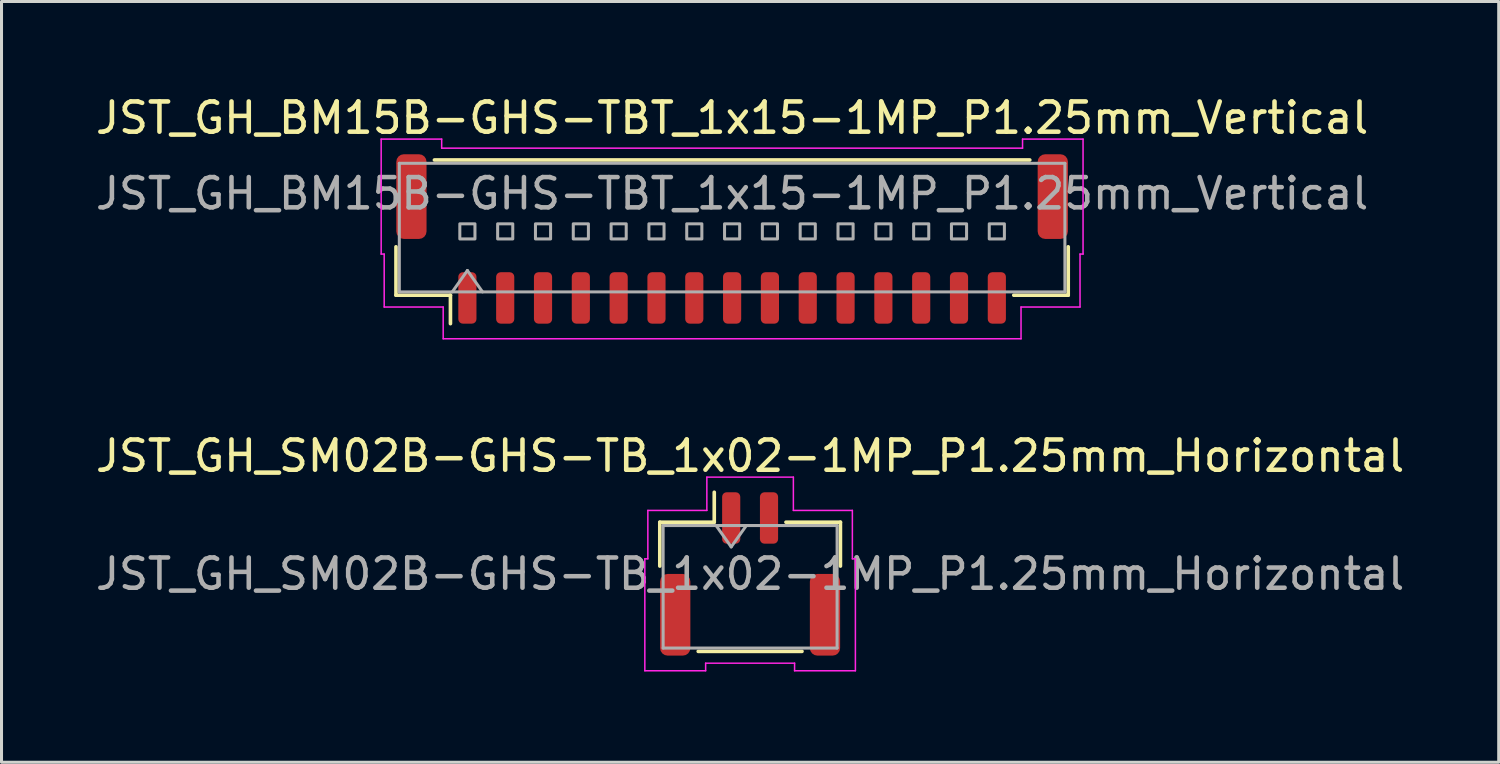
<source format=kicad_pcb>
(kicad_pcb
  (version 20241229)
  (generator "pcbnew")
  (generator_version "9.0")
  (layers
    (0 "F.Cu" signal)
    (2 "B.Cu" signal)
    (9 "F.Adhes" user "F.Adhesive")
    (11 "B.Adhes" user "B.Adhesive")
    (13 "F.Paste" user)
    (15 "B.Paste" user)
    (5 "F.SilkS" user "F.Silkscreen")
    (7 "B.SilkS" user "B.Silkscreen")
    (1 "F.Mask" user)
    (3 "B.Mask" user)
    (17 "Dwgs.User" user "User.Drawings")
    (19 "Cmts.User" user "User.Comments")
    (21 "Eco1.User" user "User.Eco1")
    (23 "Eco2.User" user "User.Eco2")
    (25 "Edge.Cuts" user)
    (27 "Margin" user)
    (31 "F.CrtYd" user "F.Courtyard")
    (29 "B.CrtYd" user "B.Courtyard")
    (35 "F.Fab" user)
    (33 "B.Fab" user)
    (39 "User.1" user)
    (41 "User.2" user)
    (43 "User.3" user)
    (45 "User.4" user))
  (footprint "JST_GH_SM02B-GHS-TB_1x02-1MP_P1.25mm_Horizontal"
    (layer "F.Cu")
    (at 21.744 15.921)
    (property "Reference" "JST_GH_SM02B-GHS-TB_1x02-1MP_P1.25mm_Horizontal" (at 0 -3.9 0) (layer "F.SilkS") (effects (font (size 1 1) (thickness 0.15))))
    (attr smd)
    (fp_line (start -2.985 -1.71) (end -1.185 -1.71) (stroke (width 0.12) (type solid)) (layer "F.SilkS"))
    (fp_line (start -2.985 -0.26) (end -2.985 -1.71) (stroke (width 0.12) (type solid)) (layer "F.SilkS"))
    (fp_line (start -1.715 2.56) (end 1.715 2.56) (stroke (width 0.12) (type solid)) (layer "F.SilkS"))
    (fp_line (start -1.185 -1.71) (end -1.185 -2.7) (stroke (width 0.12) (type solid)) (layer "F.SilkS"))
    (fp_line (start 2.985 -1.71) (end 1.185 -1.71) (stroke (width 0.12) (type solid)) (layer "F.SilkS"))
    (fp_line (start 2.985 -0.26) (end 2.985 -1.71) (stroke (width 0.12) (type solid)) (layer "F.SilkS"))
    (fp_line (start -3.48 -0.5) (end -3.38 -0.5) (stroke (width 0.05) (type solid)) (layer "F.CrtYd"))
    (fp_line (start -3.48 3.2) (end -3.48 -0.5) (stroke (width 0.05) (type solid)) (layer "F.CrtYd"))
    (fp_line (start -3.38 -2.1) (end -1.43 -2.1) (stroke (width 0.05) (type solid)) (layer "F.CrtYd"))
    (fp_line (start -3.38 -0.5) (end -3.38 -2.1) (stroke (width 0.05) (type solid)) (layer "F.CrtYd"))
    (fp_line (start -1.47 2.95) (end -1.47 3.2) (stroke (width 0.05) (type solid)) (layer "F.CrtYd"))
    (fp_line (start -1.47 3.2) (end -3.48 3.2) (stroke (width 0.05) (type solid)) (layer "F.CrtYd"))
    (fp_line (start -1.43 -3.2) (end 1.43 -3.2) (stroke (width 0.05) (type solid)) (layer "F.CrtYd"))
    (fp_line (start -1.43 -2.1) (end -1.43 -3.2) (stroke (width 0.05) (type solid)) (layer "F.CrtYd"))
    (fp_line (start 1.43 -3.2) (end 1.43 -2.1) (stroke (width 0.05) (type solid)) (layer "F.CrtYd"))
    (fp_line (start 1.43 -2.1) (end 3.38 -2.1) (stroke (width 0.05) (type solid)) (layer "F.CrtYd"))
    (fp_line (start 1.47 2.95) (end -1.47 2.95) (stroke (width 0.05) (type solid)) (layer "F.CrtYd"))
    (fp_line (start 1.47 3.2) (end 1.47 2.95) (stroke (width 0.05) (type solid)) (layer "F.CrtYd"))
    (fp_line (start 3.38 -2.1) (end 3.38 -0.5) (stroke (width 0.05) (type solid)) (layer "F.CrtYd"))
    (fp_line (start 3.38 -0.5) (end 3.48 -0.5) (stroke (width 0.05) (type solid)) (layer "F.CrtYd"))
    (fp_line (start 3.48 -0.5) (end 3.48 3.2) (stroke (width 0.05) (type solid)) (layer "F.CrtYd"))
    (fp_line (start 3.48 3.2) (end 1.47 3.2) (stroke (width 0.05) (type solid)) (layer "F.CrtYd"))
    (fp_line (start -2.875 -1.6) (end -2.875 2.45) (stroke (width 0.1) (type solid)) (layer "F.Fab"))
    (fp_line (start -2.875 -1.6) (end 2.875 -1.6) (stroke (width 0.1) (type solid)) (layer "F.Fab"))
    (fp_line (start -2.875 2.45) (end 2.875 2.45) (stroke (width 0.1) (type solid)) (layer "F.Fab"))
    (fp_line (start -1.125 -1.6) (end -0.625 -0.893) (stroke (width 0.1) (type solid)) (layer "F.Fab"))
    (fp_line (start -0.625 -0.893) (end -0.125 -1.6) (stroke (width 0.1) (type solid)) (layer "F.Fab"))
    (fp_line (start 2.875 -1.6) (end 2.875 2.45) (stroke (width 0.1) (type solid)) (layer "F.Fab"))
    (fp_text user "${REFERENCE}" (at 0 0 0) (layer "F.Fab") (effects (font (size 1 1) (thickness 0.15))))
    (pad "1" smd roundrect (at -0.625 -1.85) (size 0.6 1.7) (layers "F.Cu" "F.Mask" "F.Paste") (roundrect_rratio 0.25))
    (pad "2" smd roundrect (at 0.625 -1.85) (size 0.6 1.7) (layers "F.Cu" "F.Mask" "F.Paste") (roundrect_rratio 0.25))
    (pad "MP" smd roundrect (at -2.475 1.35) (size 1 2.7) (layers "F.Cu" "F.Mask" "F.Paste") (roundrect_rratio 0.25))
    (pad "MP" smd roundrect (at 2.475 1.35) (size 1 2.7) (layers "F.Cu" "F.Mask" "F.Paste") (roundrect_rratio 0.25)))
  (footprint "JST_GH_BM15B-GHS-TBT_1x15-1MP_P1.25mm_Vertical"
    (layer "F.Cu")
    (at 21.149 4.848)
    (property "Reference" "JST_GH_BM15B-GHS-TBT_1x15-1MP_P1.25mm_Vertical" (at 0 -4 0) (layer "F.SilkS") (effects (font (size 1 1) (thickness 0.15))))
    (attr smd)
    (fp_line (start -11.11 0.26) (end -11.11 1.86) (stroke (width 0.12) (type solid)) (layer "F.SilkS"))
    (fp_line (start -11.11 1.86) (end -9.31 1.86) (stroke (width 0.12) (type solid)) (layer "F.SilkS"))
    (fp_line (start -9.84 -2.61) (end 9.84 -2.61) (stroke (width 0.12) (type solid)) (layer "F.SilkS"))
    (fp_line (start -9.31 1.86) (end -9.31 2.8) (stroke (width 0.12) (type solid)) (layer "F.SilkS"))
    (fp_line (start 11.11 0.26) (end 11.11 1.86) (stroke (width 0.12) (type solid)) (layer "F.SilkS"))
    (fp_line (start 11.11 1.86) (end 9.31 1.86) (stroke (width 0.12) (type solid)) (layer "F.SilkS"))
    (fp_line (start -11.6 -3.3) (end -9.6 -3.3) (stroke (width 0.05) (type solid)) (layer "F.CrtYd"))
    (fp_line (start -11.6 0.5) (end -11.6 -3.3) (stroke (width 0.05) (type solid)) (layer "F.CrtYd"))
    (fp_line (start -11.5 0.5) (end -11.6 0.5) (stroke (width 0.05) (type solid)) (layer "F.CrtYd"))
    (fp_line (start -11.5 2.25) (end -11.5 0.5) (stroke (width 0.05) (type solid)) (layer "F.CrtYd"))
    (fp_line (start -9.6 -3.3) (end -9.6 -3) (stroke (width 0.05) (type solid)) (layer "F.CrtYd"))
    (fp_line (start -9.6 -3) (end 9.6 -3) (stroke (width 0.05) (type solid)) (layer "F.CrtYd"))
    (fp_line (start -9.55 2.25) (end -11.5 2.25) (stroke (width 0.05) (type solid)) (layer "F.CrtYd"))
    (fp_line (start -9.55 3.3) (end -9.55 2.25) (stroke (width 0.05) (type solid)) (layer "F.CrtYd"))
    (fp_line (start 9.55 2.25) (end 9.55 3.3) (stroke (width 0.05) (type solid)) (layer "F.CrtYd"))
    (fp_line (start 9.55 3.3) (end -9.55 3.3) (stroke (width 0.05) (type solid)) (layer "F.CrtYd"))
    (fp_line (start 9.6 -3.3) (end 11.6 -3.3) (stroke (width 0.05) (type solid)) (layer "F.CrtYd"))
    (fp_line (start 9.6 -3) (end 9.6 -3.3) (stroke (width 0.05) (type solid)) (layer "F.CrtYd"))
    (fp_line (start 11.5 0.5) (end 11.5 2.25) (stroke (width 0.05) (type solid)) (layer "F.CrtYd"))
    (fp_line (start 11.5 2.25) (end 9.55 2.25) (stroke (width 0.05) (type solid)) (layer "F.CrtYd"))
    (fp_line (start 11.6 -3.3) (end 11.6 0.5) (stroke (width 0.05) (type solid)) (layer "F.CrtYd"))
    (fp_line (start 11.6 0.5) (end 11.5 0.5) (stroke (width 0.05) (type solid)) (layer "F.CrtYd"))
    (fp_line (start -11 -2.5) (end 11 -2.5) (stroke (width 0.1) (type solid)) (layer "F.Fab"))
    (fp_line (start -11 1.75) (end -11 -2.5) (stroke (width 0.1) (type solid)) (layer "F.Fab"))
    (fp_line (start -11 1.75) (end 11 1.75) (stroke (width 0.1) (type solid)) (layer "F.Fab"))
    (fp_line (start -9.25 1.75) (end -8.75 1.043) (stroke (width 0.1) (type solid)) (layer "F.Fab"))
    (fp_line (start -8.75 1.043) (end -8.25 1.75) (stroke (width 0.1) (type solid)) (layer "F.Fab"))
    (fp_line (start 11 1.75) (end 11 -2.5) (stroke (width 0.1) (type solid)) (layer "F.Fab"))
    (fp_rect (start -9 -0.5) (end -8.5 0) (stroke (width 0.1) (type solid)) (fill no) (layer "F.Fab"))
    (fp_rect (start -7.75 -0.5) (end -7.25 0) (stroke (width 0.1) (type solid)) (fill no) (layer "F.Fab"))
    (fp_rect (start -6.5 -0.5) (end -6 0) (stroke (width 0.1) (type solid)) (fill no) (layer "F.Fab"))
    (fp_rect (start -5.25 -0.5) (end -4.75 0) (stroke (width 0.1) (type solid)) (fill no) (layer "F.Fab"))
    (fp_rect (start -4 -0.5) (end -3.5 0) (stroke (width 0.1) (type solid)) (fill no) (layer "F.Fab"))
    (fp_rect (start -2.75 -0.5) (end -2.25 0) (stroke (width 0.1) (type solid)) (fill no) (layer "F.Fab"))
    (fp_rect (start -1.5 -0.5) (end -1 0) (stroke (width 0.1) (type solid)) (fill no) (layer "F.Fab"))
    (fp_rect (start -0.25 -0.5) (end 0.25 0) (stroke (width 0.1) (type solid)) (fill no) (layer "F.Fab"))
    (fp_rect (start 1 -0.5) (end 1.5 0) (stroke (width 0.1) (type solid)) (fill no) (layer "F.Fab"))
    (fp_rect (start 2.25 -0.5) (end 2.75 0) (stroke (width 0.1) (type solid)) (fill no) (layer "F.Fab"))
    (fp_rect (start 3.5 -0.5) (end 4 0) (stroke (width 0.1) (type solid)) (fill no) (layer "F.Fab"))
    (fp_rect (start 4.75 -0.5) (end 5.25 0) (stroke (width 0.1) (type solid)) (fill no) (layer "F.Fab"))
    (fp_rect (start 6 -0.5) (end 6.5 0) (stroke (width 0.1) (type solid)) (fill no) (layer "F.Fab"))
    (fp_rect (start 7.25 -0.5) (end 7.75 0) (stroke (width 0.1) (type solid)) (fill no) (layer "F.Fab"))
    (fp_rect (start 8.5 -0.5) (end 9 0) (stroke (width 0.1) (type solid)) (fill no) (layer "F.Fab"))
    (fp_text user "${REFERENCE}" (at 0 -1.5 0) (layer "F.Fab") (effects (font (size 1 1) (thickness 0.15))))
    (pad "1" smd roundrect (at -8.75 1.95) (size 0.6 1.7) (layers "F.Cu" "F.Mask" "F.Paste") (roundrect_rratio 0.25))
    (pad "2" smd roundrect (at -7.5 1.95) (size 0.6 1.7) (layers "F.Cu" "F.Mask" "F.Paste") (roundrect_rratio 0.25))
    (pad "3" smd roundrect (at -6.25 1.95) (size 0.6 1.7) (layers "F.Cu" "F.Mask" "F.Paste") (roundrect_rratio 0.25))
    (pad "4" smd roundrect (at -5 1.95) (size 0.6 1.7) (layers "F.Cu" "F.Mask" "F.Paste") (roundrect_rratio 0.25))
    (pad "5" smd roundrect (at -3.75 1.95) (size 0.6 1.7) (layers "F.Cu" "F.Mask" "F.Paste") (roundrect_rratio 0.25))
    (pad "6" smd roundrect (at -2.5 1.95) (size 0.6 1.7) (layers "F.Cu" "F.Mask" "F.Paste") (roundrect_rratio 0.25))
    (pad "7" smd roundrect (at -1.25 1.95) (size 0.6 1.7) (layers "F.Cu" "F.Mask" "F.Paste") (roundrect_rratio 0.25))
    (pad "8" smd roundrect (at 0 1.95) (size 0.6 1.7) (layers "F.Cu" "F.Mask" "F.Paste") (roundrect_rratio 0.25))
    (pad "9" smd roundrect (at 1.25 1.95) (size 0.6 1.7) (layers "F.Cu" "F.Mask" "F.Paste") (roundrect_rratio 0.25))
    (pad "10" smd roundrect (at 2.5 1.95) (size 0.6 1.7) (layers "F.Cu" "F.Mask" "F.Paste") (roundrect_rratio 0.25))
    (pad "11" smd roundrect (at 3.75 1.95) (size 0.6 1.7) (layers "F.Cu" "F.Mask" "F.Paste") (roundrect_rratio 0.25))
    (pad "12" smd roundrect (at 5 1.95) (size 0.6 1.7) (layers "F.Cu" "F.Mask" "F.Paste") (roundrect_rratio 0.25))
    (pad "13" smd roundrect (at 6.25 1.95) (size 0.6 1.7) (layers "F.Cu" "F.Mask" "F.Paste") (roundrect_rratio 0.25))
    (pad "14" smd roundrect (at 7.5 1.95) (size 0.6 1.7) (layers "F.Cu" "F.Mask" "F.Paste") (roundrect_rratio 0.25))
    (pad "15" smd roundrect (at 8.75 1.95) (size 0.6 1.7) (layers "F.Cu" "F.Mask" "F.Paste") (roundrect_rratio 0.25))
    (pad "MP" smd roundrect (at -10.6 -1.4) (size 1 2.8) (layers "F.Cu" "F.Mask" "F.Paste") (roundrect_rratio 0.25))
    (pad "MP" smd roundrect (at 10.6 -1.4) (size 1 2.8) (layers "F.Cu" "F.Mask" "F.Paste") (roundrect_rratio 0.25)))
  (gr_rect
    (start -3 -3)
    (end 46.488 22.146)
    (stroke (width 0.1) (type default))
    (fill no)
    (layer "Edge.Cuts")))
</source>
